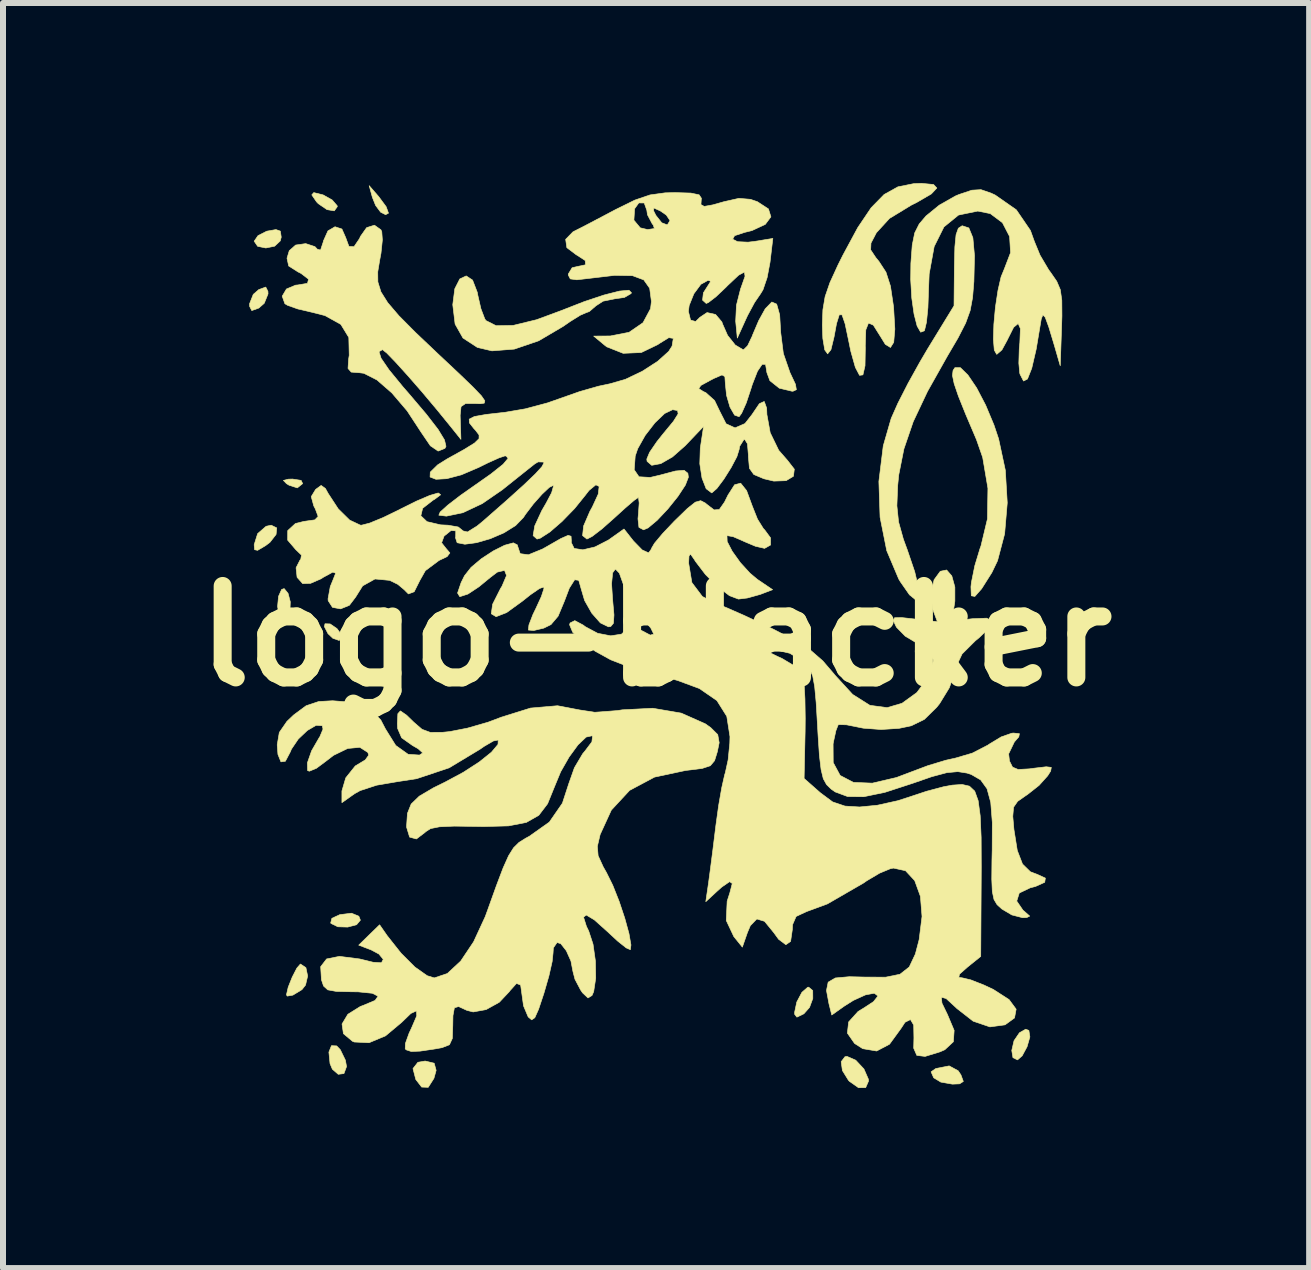
<source format=kicad_pcb>
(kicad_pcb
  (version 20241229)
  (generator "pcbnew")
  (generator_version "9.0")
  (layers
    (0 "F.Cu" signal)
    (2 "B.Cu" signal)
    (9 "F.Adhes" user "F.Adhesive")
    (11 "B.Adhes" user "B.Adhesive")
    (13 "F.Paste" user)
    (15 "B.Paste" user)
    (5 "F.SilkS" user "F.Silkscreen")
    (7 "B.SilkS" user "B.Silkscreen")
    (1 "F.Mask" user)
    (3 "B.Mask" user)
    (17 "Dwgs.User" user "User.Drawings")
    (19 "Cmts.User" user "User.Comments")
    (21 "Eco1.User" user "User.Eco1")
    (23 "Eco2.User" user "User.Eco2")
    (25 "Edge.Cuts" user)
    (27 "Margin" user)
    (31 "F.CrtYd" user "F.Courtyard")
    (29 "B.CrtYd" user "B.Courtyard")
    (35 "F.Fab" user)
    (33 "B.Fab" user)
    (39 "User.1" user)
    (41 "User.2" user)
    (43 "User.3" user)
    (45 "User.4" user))
  (footprint "logo-blacker"
    (layer "F.Cu")
    (at 7.881 7.548)
    (property "Reference" "logo-blacker" (at 0 0 0) (layer "F.SilkS") (effects (font (size 1.524 1.524) (thickness 0.3))))
    (attr through_hole)
    (fp_poly (pts (xy -5.914 -2.594) (xy -5.888 -2.54) (xy -5.977 -2.469) (xy -6.114 -2.513) (xy -6.158 -2.54) (xy -6.209 -2.593) (xy -6.127 -2.614) (xy -6.057 -2.616) (xy -5.914 -2.594)) (stroke (width 0.01) (type solid)) (fill yes) (layer "F.SilkS"))
    (fp_poly (pts (xy -4.622 -7.323) (xy -4.497 -7.154) (xy -4.458 -7.046) (xy -4.506 -7.021) (xy -4.589 -7.063) (xy -4.673 -7.176) (xy -4.727 -7.312) (xy -4.78 -7.505) (xy -4.622 -7.323)) (stroke (width 0.01) (type solid)) (fill yes) (layer "F.SilkS"))
    (fp_poly (pts (xy -5.43 -0.202) (xy -5.317 -0.125) (xy -5.24 -0.022) (xy -5.234 0.009) (xy -5.279 0.074) (xy -5.385 0.037) (xy -5.466 -0.04) (xy -5.526 -0.157) (xy -5.516 -0.205) (xy -5.43 -0.202)) (stroke (width 0.01) (type solid)) (fill yes) (layer "F.SilkS"))
    (fp_poly (pts (xy -3.697 7.117) (xy -3.664 7.236) (xy -3.701 7.37) (xy -3.796 7.519) (xy -3.905 7.515) (xy -4.003 7.388) (xy -4.05 7.207) (xy -3.968 7.102) (xy -3.848 7.081) (xy -3.697 7.117)) (stroke (width 0.01) (type solid)) (fill yes) (layer "F.SilkS"))
    (fp_poly (pts (xy -6.467 -5.744) (xy -6.465 -5.701) (xy -6.528 -5.545) (xy -6.619 -5.465) (xy -6.736 -5.423) (xy -6.772 -5.494) (xy -6.773 -5.536) (xy -6.711 -5.693) (xy -6.619 -5.773) (xy -6.503 -5.815) (xy -6.467 -5.744)) (stroke (width 0.01) (type solid)) (fill yes) (layer "F.SilkS"))
    (fp_poly (pts (xy -6.32 -1.802) (xy -6.331 -1.693) (xy -6.433 -1.562) (xy -6.504 -1.508) (xy -6.639 -1.428) (xy -6.689 -1.439) (xy -6.696 -1.522) (xy -6.638 -1.707) (xy -6.497 -1.829) (xy -6.412 -1.847) (xy -6.32 -1.802)) (stroke (width 0.01) (type solid)) (fill yes) (layer "F.SilkS"))
    (fp_poly (pts (xy -6.26 -6.747) (xy -6.245 -6.647) (xy -6.261 -6.584) (xy -6.355 -6.496) (xy -6.502 -6.466) (xy -6.638 -6.494) (xy -6.696 -6.579) (xy -6.632 -6.672) (xy -6.486 -6.746) (xy -6.333 -6.773) (xy -6.26 -6.747)) (stroke (width 0.01) (type solid)) (fill yes) (layer "F.SilkS"))
    (fp_poly (pts (xy -6.131 -0.711) (xy -6.094 -0.57) (xy -6.101 -0.398) (xy -6.152 -0.281) (xy -6.221 -0.255) (xy -6.277 -0.328) (xy -6.306 -0.493) (xy -6.29 -0.662) (xy -6.239 -0.776) (xy -6.196 -0.791) (xy -6.131 -0.711)) (stroke (width 0.01) (type solid)) (fill yes) (layer "F.SilkS"))
    (fp_poly (pts (xy -5.548 -7.351) (xy -5.395 -7.265) (xy -5.313 -7.17) (xy -5.311 -7.155) (xy -5.361 -7.085) (xy -5.482 -7.105) (xy -5.627 -7.204) (xy -5.657 -7.235) (xy -5.736 -7.351) (xy -5.703 -7.389) (xy -5.548 -7.351)) (stroke (width 0.01) (type solid)) (fill yes) (layer "F.SilkS"))
    (fp_poly (pts (xy -5.321 6.829) (xy -5.261 6.892) (xy -5.176 7.067) (xy -5.157 7.173) (xy -5.2 7.29) (xy -5.295 7.302) (xy -5.393 7.217) (xy -5.432 7.124) (xy -5.451 6.932) (xy -5.408 6.825) (xy -5.321 6.829)) (stroke (width 0.01) (type solid)) (fill yes) (layer "F.SilkS"))
    (fp_poly (pts (xy -4.952 4.668) (xy -4.926 4.734) (xy -4.99 4.81) (xy -5.138 4.849) (xy -5.302 4.844) (xy -5.416 4.788) (xy -5.421 4.78) (xy -5.401 4.703) (xy -5.269 4.642) (xy -5.074 4.618) (xy -4.952 4.668)) (stroke (width 0.01) (type solid)) (fill yes) (layer "F.SilkS"))
    (fp_poly (pts (xy 5.034 7.243) (xy 5.08 7.312) (xy 5.12 7.421) (xy 5.058 7.461) (xy 4.938 7.466) (xy 4.745 7.432) (xy 4.626 7.36) (xy 4.583 7.261) (xy 4.661 7.206) (xy 4.884 7.162) (xy 5.034 7.243)) (stroke (width 0.01) (type solid)) (fill yes) (layer "F.SilkS"))
    (fp_poly (pts (xy 6.212 6.571) (xy 6.229 6.679) (xy 6.182 6.843) (xy 6.1 6.995) (xy 6.023 7.062) (xy 5.947 7.025) (xy 5.927 6.905) (xy 5.965 6.742) (xy 6.055 6.61) (xy 6.159 6.551) (xy 6.212 6.571)) (stroke (width 0.01) (type solid)) (fill yes) (layer "F.SilkS"))
    (fp_poly (pts (xy 2.611 5.907) (xy 2.612 6.039) (xy 2.557 6.188) (xy 2.463 6.294) (xy 2.347 6.35) (xy 2.31 6.303) (xy 2.309 6.269) (xy 2.345 6.098) (xy 2.43 5.937) (xy 2.527 5.852) (xy 2.543 5.85) (xy 2.611 5.907)) (stroke (width 0.01) (type solid)) (fill yes) (layer "F.SilkS"))
    (fp_poly (pts (xy -5.834 5.525) (xy -5.805 5.664) (xy -5.84 5.815) (xy -5.9 5.891) (xy -6.051 5.983) (xy -6.145 5.999) (xy -6.158 5.977) (xy -6.129 5.851) (xy -6.062 5.683) (xy -5.985 5.533) (xy -5.926 5.465) (xy -5.924 5.465) (xy -5.834 5.525)) (stroke (width 0.01) (type solid)) (fill yes) (layer "F.SilkS"))
    (fp_poly (pts (xy 3.327 7.067) (xy 3.464 7.214) (xy 3.538 7.383) (xy 3.541 7.414) (xy 3.493 7.524) (xy 3.374 7.526) (xy 3.224 7.421) (xy 3.206 7.402) (xy 3.105 7.239) (xy 3.085 7.092) (xy 3.148 7.009) (xy 3.182 7.004) (xy 3.327 7.067)) (stroke (width 0.01) (type solid)) (fill yes) (layer "F.SilkS"))
    (fp_poly (pts (xy 5.071 -4.472) (xy 5.196 -4.35) (xy 5.342 -4.134) (xy 5.492 -3.847) (xy 5.631 -3.515) (xy 5.708 -3.285) (xy 5.82 -2.762) (xy 5.852 -2.22) (xy 5.808 -1.703) (xy 5.69 -1.255) (xy 5.595 -1.057) (xy 5.425 -0.788) (xy 5.312 -0.66) (xy 5.253 -0.671) (xy 5.247 -0.821) (xy 5.255 -0.894) (xy 5.311 -1.171) (xy 5.399 -1.461) (xy 5.414 -1.501) (xy 5.522 -1.952) (xy 5.53 -2.462) (xy 5.443 -2.975) (xy 5.34 -3.271) (xy 5.16 -3.694) (xy 5.038 -3.998) (xy 4.967 -4.207) (xy 4.939 -4.342) (xy 4.949 -4.426) (xy 4.98 -4.472) (xy 5.071 -4.472)) (stroke (width 0.01) (type solid)) (fill yes) (layer "F.SilkS"))
    (fp_poly (pts (xy -3.057 -5.931) (xy -2.979 -5.729) (xy -2.97 -5.68) (xy -2.918 -5.454) (xy -2.854 -5.286) (xy -2.835 -5.257) (xy -2.665 -5.171) (xy -2.38 -5.176) (xy -1.99 -5.271) (xy -1.587 -5.42) (xy -1.198 -5.572) (xy -0.865 -5.683) (xy -0.609 -5.748) (xy -0.451 -5.762) (xy -0.41 -5.721) (xy -0.417 -5.706) (xy -0.527 -5.642) (xy -0.688 -5.619) (xy -0.882 -5.58) (xy -1.001 -5.503) (xy -1.112 -5.407) (xy -1.165 -5.388) (xy -1.262 -5.346) (xy -1.434 -5.239) (xy -1.546 -5.161) (xy -1.955 -4.92) (xy -2.362 -4.781) (xy -2.734 -4.752) (xy -2.977 -4.809) (xy -3.217 -4.966) (xy -3.348 -5.198) (xy -3.387 -5.521) (xy -3.353 -5.787) (xy -3.27 -5.95) (xy -3.163 -6.001) (xy -3.057 -5.931)) (stroke (width 0.01) (type solid)) (fill yes) (layer "F.SilkS"))
    (fp_poly (pts (xy 5.212 -6.8) (xy 5.279 -6.637) (xy 5.306 -6.338) (xy 5.296 -5.907) (xy 5.274 -5.639) (xy 5.234 -5.424) (xy 5.159 -5.216) (xy 5.032 -4.968) (xy 4.853 -4.663) (xy 4.523 -4.076) (xy 4.285 -3.572) (xy 4.13 -3.119) (xy 4.044 -2.686) (xy 4.026 -2.505) (xy 4.013 -2.171) (xy 4.041 -1.901) (xy 4.121 -1.614) (xy 4.187 -1.434) (xy 4.31 -1.072) (xy 4.372 -0.807) (xy 4.376 -0.647) (xy 4.325 -0.604) (xy 4.223 -0.687) (xy 4.071 -0.905) (xy 4.044 -0.95) (xy 3.844 -1.423) (xy 3.733 -1.979) (xy 3.713 -2.576) (xy 3.786 -3.169) (xy 3.918 -3.626) (xy 4.03 -3.879) (xy 4.199 -4.21) (xy 4.398 -4.568) (xy 4.523 -4.781) (xy 4.965 -5.503) (xy 4.971 -6.158) (xy 4.979 -6.485) (xy 4.999 -6.688) (xy 5.037 -6.795) (xy 5.098 -6.835) (xy 5.103 -6.836) (xy 5.212 -6.8)) (stroke (width 0.01) (type solid)) (fill yes) (layer "F.SilkS"))
    (fp_poly (pts (xy 4.624 -7.524) (xy 4.679 -7.465) (xy 4.587 -7.367) (xy 4.347 -7.227) (xy 4.253 -7.18) (xy 3.89 -6.959) (xy 3.672 -6.721) (xy 3.669 -6.716) (xy 3.581 -6.547) (xy 3.576 -6.435) (xy 3.661 -6.307) (xy 3.715 -6.241) (xy 3.831 -6.063) (xy 3.906 -5.83) (xy 3.956 -5.495) (xy 3.959 -5.462) (xy 3.979 -5.115) (xy 3.96 -4.894) (xy 3.906 -4.808) (xy 3.82 -4.861) (xy 3.738 -4.994) (xy 3.621 -5.18) (xy 3.54 -5.216) (xy 3.495 -5.102) (xy 3.486 -4.839) (xy 3.487 -4.8) (xy 3.482 -4.503) (xy 3.447 -4.352) (xy 3.391 -4.344) (xy 3.321 -4.477) (xy 3.245 -4.746) (xy 3.213 -4.903) (xy 3.15 -5.203) (xy 3.099 -5.352) (xy 3.053 -5.353) (xy 3.007 -5.206) (xy 2.966 -4.984) (xy 2.914 -4.771) (xy 2.859 -4.702) (xy 2.811 -4.768) (xy 2.779 -4.96) (xy 2.771 -5.182) (xy 2.78 -5.436) (xy 2.817 -5.655) (xy 2.897 -5.888) (xy 3.033 -6.185) (xy 3.113 -6.345) (xy 3.361 -6.805) (xy 3.584 -7.136) (xy 3.8 -7.357) (xy 4.03 -7.485) (xy 4.293 -7.538) (xy 4.422 -7.543) (xy 4.624 -7.524)) (stroke (width 0.01) (type solid)) (fill yes) (layer "F.SilkS"))
    (fp_poly (pts (xy 5.58 -7.381) (xy 5.651 -7.348) (xy 6.003 -7.102) (xy 6.238 -6.758) (xy 6.303 -6.577) (xy 6.398 -6.346) (xy 6.543 -6.101) (xy 6.577 -6.055) (xy 6.677 -5.91) (xy 6.736 -5.771) (xy 6.761 -5.594) (xy 6.763 -5.333) (xy 6.757 -5.145) (xy 6.735 -4.503) (xy 6.635 -4.849) (xy 6.545 -5.147) (xy 6.485 -5.31) (xy 6.446 -5.351) (xy 6.419 -5.286) (xy 6.41 -5.234) (xy 6.334 -4.78) (xy 6.26 -4.462) (xy 6.189 -4.283) (xy 6.123 -4.249) (xy 6.065 -4.363) (xy 6.06 -4.381) (xy 6.045 -4.546) (xy 6.052 -4.786) (xy 6.062 -4.893) (xy 6.071 -5.123) (xy 6.034 -5.207) (xy 5.958 -5.144) (xy 5.852 -4.933) (xy 5.85 -4.928) (xy 5.763 -4.768) (xy 5.68 -4.696) (xy 5.675 -4.695) (xy 5.636 -4.764) (xy 5.621 -4.944) (xy 5.629 -5.196) (xy 5.655 -5.48) (xy 5.697 -5.757) (xy 5.749 -5.985) (xy 5.804 -6.119) (xy 5.907 -6.388) (xy 5.891 -6.657) (xy 5.772 -6.887) (xy 5.569 -7.039) (xy 5.361 -7.081) (xy 5.04 -7.015) (xy 4.797 -6.817) (xy 4.634 -6.49) (xy 4.551 -6.035) (xy 4.54 -5.761) (xy 4.53 -5.469) (xy 4.506 -5.229) (xy 4.473 -5.091) (xy 4.47 -5.086) (xy 4.409 -5.063) (xy 4.35 -5.166) (xy 4.299 -5.365) (xy 4.261 -5.633) (xy 4.243 -5.94) (xy 4.246 -6.209) (xy 4.269 -6.515) (xy 4.31 -6.717) (xy 4.385 -6.866) (xy 4.498 -6.999) (xy 4.72 -7.18) (xy 4.988 -7.332) (xy 5.047 -7.357) (xy 5.262 -7.429) (xy 5.414 -7.438) (xy 5.58 -7.381)) (stroke (width 0.01) (type solid)) (fill yes) (layer "F.SilkS"))
    (fp_poly (pts (xy -4.585 -6.77) (xy -4.57 -6.738) (xy -4.56 -6.6) (xy -4.583 -6.378) (xy -4.605 -6.261) (xy -4.637 -6.068) (xy -4.635 -5.9) (xy -4.584 -5.735) (xy -4.471 -5.555) (xy -4.284 -5.336) (xy -4.009 -5.059) (xy -3.633 -4.702) (xy -3.602 -4.673) (xy -3.274 -4.365) (xy -3.048 -4.147) (xy -2.911 -4.004) (xy -2.853 -3.92) (xy -2.862 -3.881) (xy -2.927 -3.871) (xy -3.002 -3.874) (xy -3.175 -3.874) (xy -3.249 -3.823) (xy -3.264 -3.678) (xy -3.261 -3.582) (xy -3.251 -3.277) (xy -3.402 -3.466) (xy -3.647 -3.767) (xy -3.898 -4.066) (xy -4.136 -4.339) (xy -4.339 -4.563) (xy -4.487 -4.716) (xy -4.558 -4.772) (xy -4.559 -4.772) (xy -4.616 -4.738) (xy -4.582 -4.63) (xy -4.45 -4.437) (xy -4.215 -4.15) (xy -4.125 -4.047) (xy -3.828 -3.697) (xy -3.631 -3.442) (xy -3.525 -3.268) (xy -3.5 -3.161) (xy -3.518 -3.127) (xy -3.631 -3.082) (xy -3.76 -3.17) (xy -3.915 -3.398) (xy -4.147 -3.752) (xy -4.401 -4.05) (xy -4.65 -4.267) (xy -4.868 -4.378) (xy -4.937 -4.387) (xy -5.079 -4.398) (xy -5.132 -4.459) (xy -5.122 -4.615) (xy -5.112 -4.678) (xy -5.119 -4.975) (xy -5.252 -5.193) (xy -5.517 -5.34) (xy -5.733 -5.395) (xy -5.968 -5.45) (xy -6.138 -5.51) (xy -6.184 -5.537) (xy -6.229 -5.663) (xy -6.158 -5.783) (xy -6.005 -5.847) (xy -5.968 -5.85) (xy -5.808 -5.877) (xy -5.79 -5.946) (xy -5.915 -6.042) (xy -5.965 -6.067) (xy -6.121 -6.166) (xy -6.149 -6.295) (xy -6.111 -6.421) (xy -6.005 -6.515) (xy -5.837 -6.539) (xy -5.684 -6.489) (xy -5.644 -6.446) (xy -5.59 -6.431) (xy -5.545 -6.567) (xy -5.543 -6.581) (xy -5.467 -6.751) (xy -5.349 -6.82) (xy -5.234 -6.782) (xy -5.171 -6.639) (xy -5.117 -6.492) (xy -5.032 -6.488) (xy -4.939 -6.625) (xy -4.926 -6.658) (xy -4.822 -6.805) (xy -4.692 -6.846) (xy -4.585 -6.77)) (stroke (width 0.01) (type solid)) (fill yes) (layer "F.SilkS"))
    (fp_poly (pts (xy -5.022 1.107) (xy -4.765 1.209) (xy -4.586 1.399) (xy -4.509 1.547) (xy -4.337 1.823) (xy -4.131 1.97) (xy -3.941 1.983) (xy -3.887 1.947) (xy -3.963 1.878) (xy -4.06 1.822) (xy -4.239 1.695) (xy -4.306 1.539) (xy -4.31 1.46) (xy -4.302 1.294) (xy -4.26 1.247) (xy -4.157 1.318) (xy -4.038 1.434) (xy -3.899 1.554) (xy -3.761 1.605) (xy -3.56 1.604) (xy -3.438 1.592) (xy -3.141 1.534) (xy -2.798 1.435) (xy -2.578 1.352) (xy -2.092 1.2) (xy -1.641 1.161) (xy -1.269 1.232) (xy -1.02 1.27) (xy -0.645 1.242) (xy -0.562 1.229) (xy -0.055 1.203) (xy 0.42 1.284) (xy 0.821 1.462) (xy 0.91 1.525) (xy 1.028 1.642) (xy 1.052 1.777) (xy 1.021 1.929) (xy 0.975 2.077) (xy 0.904 2.161) (xy 0.768 2.206) (xy 0.524 2.236) (xy 0.496 2.239) (xy -0.025 2.35) (xy -0.44 2.571) (xy -0.745 2.9) (xy -0.932 3.308) (xy -0.978 3.504) (xy -0.965 3.66) (xy -0.88 3.846) (xy -0.826 3.941) (xy -0.721 4.153) (xy -0.615 4.42) (xy -0.521 4.702) (xy -0.451 4.957) (xy -0.418 5.147) (xy -0.428 5.226) (xy -0.497 5.196) (xy -0.641 5.081) (xy -0.808 4.926) (xy -1.028 4.729) (xy -1.163 4.648) (xy -1.208 4.684) (xy -1.16 4.837) (xy -1.122 4.915) (xy -1.05 5.134) (xy -1.01 5.416) (xy -1.005 5.7) (xy -1.039 5.924) (xy -1.067 5.989) (xy -1.134 6.03) (xy -1.225 5.944) (xy -1.258 5.895) (xy -1.351 5.718) (xy -1.385 5.587) (xy -1.418 5.415) (xy -1.495 5.243) (xy -1.587 5.126) (xy -1.649 5.106) (xy -1.711 5.196) (xy -1.716 5.281) (xy -1.731 5.424) (xy -1.785 5.663) (xy -1.866 5.944) (xy -1.868 5.951) (xy -1.957 6.218) (xy -2.02 6.359) (xy -2.072 6.395) (xy -2.127 6.349) (xy -2.133 6.34) (xy -2.208 6.161) (xy -2.232 5.989) (xy -2.256 5.815) (xy -2.325 5.788) (xy -2.434 5.909) (xy -2.444 5.924) (xy -2.612 6.102) (xy -2.832 6.224) (xy -3.047 6.263) (xy -3.151 6.237) (xy -3.29 6.173) (xy -3.36 6.194) (xy -3.384 6.325) (xy -3.387 6.494) (xy -3.394 6.704) (xy -3.442 6.809) (xy -3.565 6.858) (xy -3.675 6.878) (xy -3.931 6.916) (xy -4.078 6.922) (xy -4.157 6.897) (xy -4.179 6.879) (xy -4.176 6.788) (xy -4.114 6.615) (xy -4.075 6.533) (xy -3.987 6.328) (xy -3.992 6.245) (xy -4.085 6.288) (xy -4.239 6.437) (xy -4.508 6.662) (xy -4.782 6.776) (xy -5.028 6.764) (xy -5.056 6.753) (xy -5.209 6.625) (xy -5.232 6.464) (xy -5.135 6.302) (xy -4.927 6.172) (xy -4.881 6.155) (xy -4.681 6.071) (xy -4.632 6.001) (xy -4.727 5.952) (xy -4.965 5.928) (xy -5.072 5.927) (xy -5.327 5.921) (xy -5.47 5.895) (xy -5.54 5.831) (xy -5.575 5.727) (xy -5.588 5.509) (xy -5.489 5.38) (xy -5.275 5.337) (xy -4.939 5.38) (xy -4.714 5.435) (xy -4.575 5.444) (xy -4.545 5.386) (xy -4.618 5.298) (xy -4.747 5.229) (xy -4.954 5.15) (xy -4.78 4.98) (xy -4.606 4.811) (xy -4.478 4.995) (xy -4.249 5.284) (xy -4.018 5.515) (xy -3.814 5.659) (xy -3.695 5.696) (xy -3.478 5.623) (xy -3.255 5.416) (xy -3.04 5.095) (xy -2.847 4.678) (xy -2.811 4.58) (xy -2.661 4.162) (xy -2.548 3.864) (xy -2.457 3.661) (xy -2.374 3.528) (xy -2.284 3.439) (xy -2.174 3.37) (xy -2.111 3.336) (xy -1.778 3.1) (xy -1.56 2.785) (xy -1.453 2.457) (xy -1.36 2.194) (xy -1.222 1.961) (xy -1.182 1.913) (xy -1.069 1.763) (xy -1.058 1.669) (xy -1.067 1.662) (xy -1.164 1.683) (xy -1.3 1.812) (xy -1.449 2.016) (xy -1.589 2.261) (xy -1.693 2.513) (xy -1.807 2.794) (xy -1.954 2.987) (xy -2.161 3.105) (xy -2.458 3.163) (xy -2.871 3.174) (xy -2.995 3.172) (xy -3.363 3.167) (xy -3.608 3.178) (xy -3.757 3.208) (xy -3.841 3.262) (xy -3.846 3.269) (xy -3.993 3.381) (xy -4.106 3.35) (xy -4.156 3.186) (xy -4.156 3.162) (xy -4.142 2.954) (xy -4.08 2.799) (xy -3.945 2.668) (xy -3.709 2.529) (xy -3.514 2.433) (xy -3.209 2.269) (xy -2.944 2.097) (xy -2.743 1.936) (xy -2.633 1.805) (xy -2.63 1.732) (xy -2.71 1.748) (xy -2.863 1.837) (xy -2.932 1.885) (xy -3.448 2.196) (xy -3.987 2.376) (xy -4.31 2.426) (xy -4.655 2.485) (xy -4.93 2.575) (xy -5.022 2.626) (xy -5.234 2.776) (xy -5.234 2.581) (xy -5.17 2.363) (xy -5.012 2.165) (xy -4.845 2.064) (xy -4.787 1.984) (xy -4.802 1.939) (xy -4.935 1.854) (xy -5.138 1.873) (xy -5.373 1.987) (xy -5.495 2.081) (xy -5.66 2.204) (xy -5.777 2.252) (xy -5.806 2.241) (xy -5.809 2.112) (xy -5.739 1.912) (xy -5.612 1.692) (xy -5.602 1.678) (xy -5.549 1.551) (xy -5.561 1.494) (xy -5.663 1.487) (xy -5.81 1.573) (xy -5.961 1.716) (xy -6.075 1.884) (xy -6.094 1.93) (xy -6.176 2.086) (xy -6.25 2.096) (xy -6.3 1.972) (xy -6.312 1.812) (xy -6.277 1.606) (xy -6.15 1.422) (xy -6.039 1.316) (xy -5.83 1.161) (xy -5.621 1.091) (xy -5.389 1.078) (xy -5.022 1.107)) (stroke (width 0.01) (type solid)) (fill yes) (layer "F.SilkS"))
    (fp_poly (pts (xy 0.58 -7.381) (xy 0.718 -7.352) (xy 0.756 -7.294) (xy 0.754 -7.279) (xy 0.748 -7.189) (xy 0.803 -7.159) (xy 0.948 -7.185) (xy 1.131 -7.237) (xy 1.38 -7.293) (xy 1.573 -7.277) (xy 1.689 -7.237) (xy 1.873 -7.117) (xy 1.914 -6.985) (xy 1.82 -6.859) (xy 1.598 -6.756) (xy 1.476 -6.726) (xy 1.309 -6.671) (xy 1.277 -6.613) (xy 1.358 -6.571) (xy 1.533 -6.563) (xy 1.637 -6.575) (xy 1.946 -6.625) (xy 1.899 -6.227) (xy 1.851 -5.973) (xy 1.782 -5.77) (xy 1.742 -5.704) (xy 1.641 -5.557) (xy 1.525 -5.341) (xy 1.493 -5.272) (xy 1.354 -4.965) (xy 1.327 -5.246) (xy 1.34 -5.514) (xy 1.409 -5.786) (xy 1.416 -5.804) (xy 1.483 -5.995) (xy 1.472 -6.065) (xy 1.376 -6.013) (xy 1.191 -5.839) (xy 1.163 -5.81) (xy 0.998 -5.654) (xy 0.872 -5.557) (xy 0.836 -5.542) (xy 0.775 -5.597) (xy 0.789 -5.719) (xy 0.862 -5.834) (xy 0.912 -5.912) (xy 0.866 -5.927) (xy 0.747 -5.861) (xy 0.63 -5.703) (xy 0.552 -5.509) (xy 0.539 -5.409) (xy 0.575 -5.265) (xy 0.66 -5.241) (xy 0.731 -5.311) (xy 0.85 -5.39) (xy 0.992 -5.358) (xy 1.097 -5.234) (xy 1.108 -5.201) (xy 1.192 -5.01) (xy 1.32 -4.849) (xy 1.448 -4.773) (xy 1.46 -4.772) (xy 1.526 -4.837) (xy 1.602 -4.996) (xy 1.61 -5.019) (xy 1.711 -5.256) (xy 1.819 -5.452) (xy 1.929 -5.566) (xy 2.01 -5.531) (xy 2.06 -5.353) (xy 2.077 -5.058) (xy 2.121 -4.709) (xy 2.232 -4.388) (xy 2.234 -4.384) (xy 2.323 -4.195) (xy 2.338 -4.105) (xy 2.284 -4.08) (xy 2.267 -4.079) (xy 2.054 -4.13) (xy 1.897 -4.255) (xy 1.847 -4.39) (xy 1.825 -4.526) (xy 1.769 -4.529) (xy 1.69 -4.413) (xy 1.603 -4.19) (xy 1.582 -4.122) (xy 1.503 -3.884) (xy 1.426 -3.712) (xy 1.384 -3.655) (xy 1.309 -3.681) (xy 1.232 -3.815) (xy 1.175 -4.01) (xy 1.155 -4.202) (xy 1.147 -4.323) (xy 1.099 -4.351) (xy 0.967 -4.294) (xy 0.905 -4.262) (xy 0.746 -4.175) (xy 0.712 -4.123) (xy 0.79 -4.073) (xy 0.829 -4.056) (xy 0.975 -3.925) (xy 1.064 -3.74) (xy 1.167 -3.537) (xy 1.317 -3.469) (xy 1.482 -3.541) (xy 1.598 -3.689) (xy 1.722 -3.872) (xy 1.803 -3.909) (xy 1.843 -3.798) (xy 1.847 -3.691) (xy 1.902 -3.388) (xy 2.044 -3.095) (xy 2.189 -2.929) (xy 2.304 -2.781) (xy 2.289 -2.662) (xy 2.167 -2.589) (xy 1.962 -2.582) (xy 1.797 -2.621) (xy 1.629 -2.692) (xy 1.556 -2.795) (xy 1.539 -2.987) (xy 1.539 -3.012) (xy 1.523 -3.204) (xy 1.478 -3.276) (xy 1.462 -3.271) (xy 1.392 -3.16) (xy 1.385 -3.111) (xy 1.347 -2.989) (xy 1.251 -2.807) (xy 1.13 -2.614) (xy 1.013 -2.458) (xy 0.931 -2.387) (xy 0.926 -2.386) (xy 0.835 -2.455) (xy 0.766 -2.632) (xy 0.729 -2.871) (xy 0.737 -3.126) (xy 0.739 -3.143) (xy 0.792 -3.493) (xy 0.485 -3.171) (xy 0.274 -2.985) (xy 0.079 -2.873) (xy -0.072 -2.845) (xy -0.149 -2.911) (xy -0.154 -2.949) (xy -0.107 -3.062) (xy 0.014 -3.239) (xy 0.115 -3.366) (xy 0.29 -3.578) (xy 0.368 -3.702) (xy 0.359 -3.758) (xy 0.277 -3.772) (xy 0.144 -3.709) (xy -0.02 -3.552) (xy -0.182 -3.342) (xy -0.305 -3.123) (xy -0.347 -3) (xy -0.364 -2.771) (xy -0.284 -2.654) (xy -0.097 -2.643) (xy 0.064 -2.681) (xy 0.323 -2.75) (xy 0.468 -2.762) (xy 0.53 -2.713) (xy 0.539 -2.647) (xy 0.489 -2.516) (xy 0.364 -2.326) (xy 0.196 -2.117) (xy 0.019 -1.929) (xy -0.133 -1.802) (xy -0.208 -1.77) (xy -0.285 -1.811) (xy -0.301 -1.954) (xy -0.293 -2.04) (xy -0.281 -2.217) (xy -0.292 -2.307) (xy -0.296 -2.309) (xy -0.365 -2.261) (xy -0.513 -2.134) (xy -0.701 -1.963) (xy -0.902 -1.785) (xy -1.065 -1.66) (xy -1.151 -1.616) (xy -1.224 -1.674) (xy -1.207 -1.834) (xy -1.102 -2.078) (xy -1.06 -2.154) (xy -0.963 -2.365) (xy -0.948 -2.493) (xy -1.003 -2.52) (xy -1.117 -2.426) (xy -1.178 -2.347) (xy -1.357 -2.125) (xy -1.566 -1.91) (xy -1.769 -1.734) (xy -1.929 -1.631) (xy -1.983 -1.616) (xy -2.048 -1.674) (xy -2.021 -1.836) (xy -1.904 -2.089) (xy -1.83 -2.217) (xy -1.74 -2.388) (xy -1.709 -2.497) (xy -1.713 -2.509) (xy -1.778 -2.478) (xy -1.9 -2.363) (xy -2.044 -2.201) (xy -2.174 -2.03) (xy -2.211 -1.974) (xy -2.34 -1.841) (xy -2.534 -1.72) (xy -2.762 -1.622) (xy -2.99 -1.556) (xy -3.185 -1.53) (xy -3.314 -1.555) (xy -3.342 -1.64) (xy -3.338 -1.655) (xy -3.337 -1.753) (xy -3.416 -1.758) (xy -3.53 -1.667) (xy -3.532 -1.665) (xy -3.573 -1.554) (xy -3.499 -1.46) (xy -3.435 -1.385) (xy -3.481 -1.324) (xy -3.617 -1.259) (xy -3.844 -1.089) (xy -3.936 -0.926) (xy -4.03 -0.738) (xy -4.126 -0.702) (xy -4.198 -0.774) (xy -4.303 -0.862) (xy -4.438 -0.928) (xy -4.683 -0.951) (xy -4.889 -0.836) (xy -5.005 -0.65) (xy -5.11 -0.512) (xy -5.256 -0.453) (xy -5.391 -0.478) (xy -5.463 -0.589) (xy -5.465 -0.621) (xy -5.428 -0.824) (xy -5.385 -0.929) (xy -5.338 -1.048) (xy -5.386 -1.065) (xy -5.539 -0.982) (xy -5.582 -0.954) (xy -5.757 -0.878) (xy -5.888 -0.874) (xy -5.981 -0.979) (xy -5.998 -1.137) (xy -5.933 -1.265) (xy -5.921 -1.273) (xy -5.908 -1.349) (xy -6.002 -1.439) (xy -6.138 -1.598) (xy -6.137 -1.757) (xy -6.009 -1.875) (xy -5.869 -1.91) (xy -5.685 -1.936) (xy -5.63 -1.993) (xy -5.677 -2.119) (xy -5.703 -2.169) (xy -5.745 -2.323) (xy -5.672 -2.443) (xy -5.58 -2.51) (xy -5.509 -2.459) (xy -5.463 -2.376) (xy -5.295 -2.119) (xy -5.105 -1.932) (xy -4.929 -1.849) (xy -4.908 -1.847) (xy -4.772 -1.882) (xy -4.548 -1.974) (xy -4.282 -2.103) (xy -4.256 -2.117) (xy -3.992 -2.248) (xy -3.77 -2.343) (xy -3.633 -2.383) (xy -3.625 -2.383) (xy -3.589 -2.354) (xy -3.689 -2.279) (xy -3.714 -2.265) (xy -3.889 -2.129) (xy -3.919 -2.004) (xy -3.816 -1.906) (xy -3.589 -1.853) (xy -3.464 -1.847) (xy -3.295 -1.817) (xy -3.213 -1.751) (xy -3.141 -1.734) (xy -2.981 -1.834) (xy -2.88 -1.917) (xy -2.487 -2.262) (xy -2.201 -2.52) (xy -2.01 -2.703) (xy -1.903 -2.82) (xy -1.868 -2.885) (xy -1.873 -2.899) (xy -1.965 -2.902) (xy -2.019 -2.87) (xy -2.125 -2.786) (xy -2.312 -2.637) (xy -2.541 -2.454) (xy -2.558 -2.44) (xy -2.896 -2.207) (xy -3.219 -2.055) (xy -3.493 -1.998) (xy -3.619 -2.014) (xy -3.597 -2.066) (xy -3.469 -2.182) (xy -3.258 -2.344) (xy -3.086 -2.465) (xy -2.753 -2.699) (xy -2.548 -2.862) (xy -2.465 -2.961) (xy -2.498 -3) (xy -2.521 -3.001) (xy -2.616 -2.969) (xy -2.801 -2.886) (xy -2.957 -2.809) (xy -3.245 -2.686) (xy -3.488 -2.622) (xy -3.667 -2.612) (xy -3.765 -2.65) (xy -3.762 -2.731) (xy -3.639 -2.852) (xy -3.481 -2.951) (xy -3.195 -3.11) (xy -3.024 -3.216) (xy -2.949 -3.289) (xy -2.949 -3.351) (xy -3.006 -3.426) (xy -3.035 -3.457) (xy -3.109 -3.551) (xy -3.113 -3.614) (xy -3.027 -3.658) (xy -2.829 -3.693) (xy -2.51 -3.729) (xy -2.178 -3.786) (xy -1.808 -3.885) (xy -1.586 -3.963) (xy -1.274 -4.073) (xy -0.959 -4.163) (xy -0.77 -4.203) (xy -0.512 -4.277) (xy -0.231 -4.411) (xy 0.025 -4.576) (xy 0.21 -4.742) (xy 0.267 -4.831) (xy 0.288 -4.96) (xy 0.213 -4.972) (xy 0.046 -4.869) (xy 0.032 -4.858) (xy -0.246 -4.724) (xy -0.548 -4.711) (xy -0.821 -4.819) (xy -0.857 -4.847) (xy -1.039 -4.998) (xy -0.761 -5) (xy -0.45 -5.061) (xy -0.217 -5.221) (xy -0.091 -5.456) (xy -0.077 -5.576) (xy -0.106 -5.795) (xy -0.205 -5.935) (xy -0.393 -6.005) (xy -0.69 -6.01) (xy -1.097 -5.962) (xy -1.32 -5.936) (xy -1.429 -5.951) (xy -1.462 -6.015) (xy -1.462 -6.032) (xy -1.398 -6.137) (xy -1.308 -6.158) (xy -1.175 -6.186) (xy -1.18 -6.257) (xy -1.32 -6.348) (xy -1.327 -6.351) (xy -1.486 -6.471) (xy -1.506 -6.61) (xy -1.385 -6.734) (xy -1.367 -6.744) (xy -1.215 -6.821) (xy -1.009 -6.929) (xy -0.369 -6.929) (xy -0.263 -6.802) (xy -0.141 -6.773) (xy -0.027 -6.79) (xy -0.048 -6.852) (xy -0.062 -6.866) (xy -0.143 -7.02) (xy -0.152 -7.084) (xy -0.04 -7.084) (xy -0.003 -7.01) (xy 0.095 -6.886) (xy 0.188 -6.851) (xy 0.231 -6.92) (xy 0.231 -6.925) (xy 0.171 -7.015) (xy 0.071 -7.084) (xy -0.04 -7.134) (xy -0.04 -7.084) (xy -0.152 -7.084) (xy -0.154 -7.097) (xy -0.197 -7.216) (xy -0.287 -7.217) (xy -0.357 -7.12) (xy -0.369 -6.929) (xy -1.009 -6.929) (xy -0.976 -6.946) (xy -0.699 -7.093) (xy -0.668 -7.109) (xy -0.353 -7.264) (xy -0.101 -7.35) (xy 0.152 -7.385) (xy 0.317 -7.389) (xy 0.58 -7.381)) (stroke (width 0.01) (type solid)) (fill yes) (layer "F.SilkS"))
    (fp_poly (pts (xy 1.509 -2.423) (xy 1.604 -2.165) (xy 1.69 -1.949) (xy 1.788 -1.791) (xy 1.809 -1.77) (xy 1.908 -1.636) (xy 1.908 -1.517) (xy 1.81 -1.462) (xy 1.805 -1.462) (xy 1.657 -1.496) (xy 1.462 -1.578) (xy 1.451 -1.584) (xy 1.285 -1.656) (xy 1.187 -1.673) (xy 1.182 -1.67) (xy 1.185 -1.575) (xy 1.269 -1.413) (xy 1.405 -1.223) (xy 1.566 -1.047) (xy 1.689 -0.944) (xy 1.942 -0.773) (xy 1.736 -0.694) (xy 1.525 -0.635) (xy 1.373 -0.616) (xy 1.223 -0.673) (xy 1.027 -0.822) (xy 0.824 -1.025) (xy 0.654 -1.248) (xy 0.64 -1.272) (xy 0.573 -1.368) (xy 0.549 -1.333) (xy 0.543 -1.216) (xy 0.597 -0.891) (xy 0.772 -0.659) (xy 0.988 -0.546) (xy 1.181 -0.47) (xy 1.465 -0.345) (xy 1.791 -0.193) (xy 1.963 -0.11) (xy 2.321 0.076) (xy 2.578 0.239) (xy 2.778 0.413) (xy 2.964 0.63) (xy 2.976 0.646) (xy 3.276 0.973) (xy 3.563 1.154) (xy 3.85 1.193) (xy 4.099 1.12) (xy 4.346 0.941) (xy 4.531 0.693) (xy 4.616 0.431) (xy 4.618 0.393) (xy 4.551 0.242) (xy 4.355 0.123) (xy 4.152 0.002) (xy 4.008 -0.145) (xy 4 -0.159) (xy 3.953 -0.259) (xy 3.974 -0.305) (xy 4.092 -0.308) (xy 4.298 -0.285) (xy 4.688 -0.239) (xy 4.615 -0.433) (xy 4.576 -0.69) (xy 4.633 -0.938) (xy 4.736 -1.079) (xy 4.842 -1.101) (xy 4.928 -1.002) (xy 4.979 -0.817) (xy 4.979 -0.581) (xy 4.973 -0.538) (xy 4.927 -0.25) (xy 5.273 -0.289) (xy 5.508 -0.298) (xy 5.605 -0.253) (xy 5.565 -0.148) (xy 5.389 0.022) (xy 5.32 0.079) (xy 5.099 0.299) (xy 4.99 0.531) (xy 4.975 0.607) (xy 4.887 0.861) (xy 4.724 1.127) (xy 4.675 1.188) (xy 4.47 1.389) (xy 4.253 1.495) (xy 4.048 1.538) (xy 3.749 1.557) (xy 3.454 1.535) (xy 3.374 1.519) (xy 3.176 1.479) (xy 3.05 1.475) (xy 3.034 1.481) (xy 2.997 1.576) (xy 2.957 1.76) (xy 2.95 1.798) (xy 2.952 2.108) (xy 3.068 2.323) (xy 3.288 2.438) (xy 3.604 2.451) (xy 4.006 2.357) (xy 4.228 2.273) (xy 4.528 2.16) (xy 4.825 2.07) (xy 4.994 2.032) (xy 5.269 1.951) (xy 5.529 1.817) (xy 5.555 1.799) (xy 5.752 1.68) (xy 5.926 1.619) (xy 5.954 1.616) (xy 6.055 1.626) (xy 6.044 1.68) (xy 5.97 1.765) (xy 5.875 1.963) (xy 5.889 2.082) (xy 5.94 2.184) (xy 6.033 2.223) (xy 6.218 2.213) (xy 6.29 2.203) (xy 6.501 2.178) (xy 6.586 2.188) (xy 6.575 2.25) (xy 6.525 2.329) (xy 6.382 2.488) (xy 6.184 2.644) (xy 6.166 2.655) (xy 6.025 2.754) (xy 5.957 2.852) (xy 5.944 3.004) (xy 5.963 3.222) (xy 6.019 3.573) (xy 6.106 3.799) (xy 6.238 3.928) (xy 6.352 3.971) (xy 6.487 4.033) (xy 6.476 4.103) (xy 6.323 4.172) (xy 6.234 4.195) (xy 6.052 4.282) (xy 6.01 4.416) (xy 6.114 4.568) (xy 6.138 4.588) (xy 6.226 4.666) (xy 6.178 4.69) (xy 6.108 4.693) (xy 5.929 4.647) (xy 5.762 4.548) (xy 5.682 4.475) (xy 5.631 4.389) (xy 5.603 4.258) (xy 5.594 4.051) (xy 5.597 3.736) (xy 5.601 3.567) (xy 5.603 3.105) (xy 5.577 2.772) (xy 5.515 2.544) (xy 5.409 2.397) (xy 5.252 2.306) (xy 5.181 2.283) (xy 5.028 2.259) (xy 4.845 2.276) (xy 4.594 2.343) (xy 4.274 2.454) (xy 3.813 2.604) (xy 3.46 2.677) (xy 3.192 2.674) (xy 2.985 2.597) (xy 2.918 2.55) (xy 2.841 2.475) (xy 2.787 2.377) (xy 2.75 2.225) (xy 2.722 1.99) (xy 2.699 1.641) (xy 2.691 1.498) (xy 2.668 1.109) (xy 2.643 0.842) (xy 2.611 0.667) (xy 2.563 0.551) (xy 2.492 0.464) (xy 2.432 0.41) (xy 2.229 0.287) (xy 2.023 0.238) (xy 2.016 0.238) (xy 1.897 0.248) (xy 1.893 0.275) (xy 2.018 0.337) (xy 2.098 0.373) (xy 2.296 0.491) (xy 2.428 0.623) (xy 2.444 0.654) (xy 2.467 0.794) (xy 2.481 1.047) (xy 2.486 1.371) (xy 2.484 1.591) (xy 2.467 2.373) (xy 2.737 2.611) (xy 2.943 2.764) (xy 3.148 2.833) (xy 3.391 2.848) (xy 3.687 2.819) (xy 4.026 2.744) (xy 4.216 2.683) (xy 4.508 2.586) (xy 4.79 2.511) (xy 4.936 2.484) (xy 5.1 2.473) (xy 5.222 2.501) (xy 5.31 2.584) (xy 5.367 2.742) (xy 5.401 2.993) (xy 5.417 3.355) (xy 5.419 3.846) (xy 5.418 4.044) (xy 5.41 5.338) (xy 5.188 5.517) (xy 5.056 5.634) (xy 5.045 5.687) (xy 5.102 5.695) (xy 5.245 5.729) (xy 5.464 5.815) (xy 5.621 5.889) (xy 5.882 6.057) (xy 6 6.217) (xy 5.973 6.363) (xy 5.815 6.478) (xy 5.563 6.512) (xy 5.284 6.417) (xy 5.011 6.204) (xy 4.997 6.19) (xy 4.834 6.04) (xy 4.754 6.017) (xy 4.764 6.117) (xy 4.855 6.305) (xy 4.967 6.571) (xy 4.954 6.76) (xy 4.811 6.893) (xy 4.731 6.928) (xy 4.483 7.004) (xy 4.345 6.987) (xy 4.293 6.867) (xy 4.297 6.696) (xy 4.293 6.481) (xy 4.239 6.39) (xy 4.149 6.435) (xy 4.083 6.536) (xy 3.89 6.801) (xy 3.676 6.914) (xy 3.444 6.875) (xy 3.308 6.788) (xy 3.188 6.616) (xy 3.209 6.43) (xy 3.366 6.256) (xy 3.469 6.193) (xy 3.624 6.091) (xy 3.694 6.002) (xy 3.695 5.996) (xy 3.637 5.951) (xy 3.489 5.979) (xy 3.289 6.07) (xy 3.138 6.165) (xy 2.928 6.314) (xy 2.881 6.126) (xy 2.84 5.905) (xy 2.868 5.767) (xy 2.987 5.697) (xy 3.22 5.676) (xy 3.468 5.682) (xy 3.826 5.684) (xy 4.065 5.635) (xy 4.219 5.514) (xy 4.321 5.298) (xy 4.384 5.058) (xy 4.432 4.672) (xy 4.405 4.337) (xy 4.31 4.075) (xy 4.157 3.91) (xy 3.956 3.866) (xy 3.905 3.876) (xy 3.726 3.95) (xy 3.51 4.078) (xy 3.459 4.114) (xy 2.855 4.463) (xy 2.502 4.593) (xy 2.334 4.672) (xy 2.275 4.808) (xy 2.271 4.89) (xy 2.242 5.088) (xy 2.163 5.143) (xy 2.042 5.052) (xy 1.963 4.943) (xy 1.808 4.753) (xy 1.679 4.714) (xy 1.571 4.826) (xy 1.523 4.939) (xy 1.438 5.183) (xy 1.296 5.007) (xy 1.17 4.739) (xy 1.185 4.418) (xy 1.23 4.277) (xy 1.27 4.123) (xy 1.226 4.092) (xy 1.094 4.183) (xy 1.016 4.253) (xy 0.829 4.426) (xy 0.874 4.118) (xy 0.904 3.894) (xy 0.945 3.577) (xy 0.988 3.229) (xy 0.997 3.156) (xy 1.043 2.824) (xy 1.095 2.526) (xy 1.143 2.313) (xy 1.154 2.278) (xy 1.201 2.064) (xy 1.229 1.786) (xy 1.232 1.676) (xy 1.179 1.338) (xy 1.014 1.075) (xy 0.722 0.874) (xy 0.362 0.741) (xy 0.026 0.645) (xy -0.333 0.543) (xy -0.491 0.498) (xy -0.756 0.395) (xy -1.015 0.252) (xy -1.237 0.091) (xy -1.389 -0.064) (xy -1.441 -0.189) (xy -1.432 -0.218) (xy -1.353 -0.257) (xy -1.214 -0.183) (xy -1.177 -0.155) (xy -0.973 -0.046) (xy -0.755 -0.004) (xy -0.575 -0.032) (xy -0.491 -0.113) (xy -0.442 -0.181) (xy -0.349 -0.157) (xy -0.26 -0.102) (xy -0.096 -0.016) (xy -0.038 -0.032) (xy -0.088 -0.135) (xy -0.221 -0.286) (xy -0.393 -0.516) (xy -0.521 -0.789) (xy -0.536 -0.837) (xy -0.611 -1.048) (xy -0.677 -1.117) (xy -0.723 -1.054) (xy -0.741 -0.871) (xy -0.724 -0.609) (xy -0.701 -0.352) (xy -0.71 -0.213) (xy -0.755 -0.159) (xy -0.793 -0.154) (xy -0.927 -0.219) (xy -1.071 -0.382) (xy -1.19 -0.592) (xy -1.243 -0.771) (xy -1.288 -0.929) (xy -1.356 -0.938) (xy -1.445 -0.798) (xy -1.527 -0.582) (xy -1.632 -0.331) (xy -1.751 -0.191) (xy -1.871 -0.132) (xy -2.037 -0.093) (xy -2.127 -0.1) (xy -2.118 -0.185) (xy -2.052 -0.357) (xy -2.001 -0.462) (xy -1.911 -0.658) (xy -1.868 -0.79) (xy -1.87 -0.818) (xy -1.942 -0.792) (xy -2.092 -0.689) (xy -2.229 -0.58) (xy -2.49 -0.391) (xy -2.665 -0.323) (xy -2.745 -0.371) (xy -2.723 -0.53) (xy -2.591 -0.792) (xy -2.567 -0.83) (xy -2.491 -1.009) (xy -2.524 -1.094) (xy -2.644 -1.066) (xy -2.76 -0.978) (xy -2.951 -0.821) (xy -3.131 -0.702) (xy -3.137 -0.699) (xy -3.27 -0.656) (xy -3.307 -0.717) (xy -3.248 -0.89) (xy -3.192 -1.004) (xy -3.082 -1.144) (xy -2.911 -1.288) (xy -2.712 -1.418) (xy -2.523 -1.513) (xy -2.377 -1.553) (xy -2.31 -1.518) (xy -2.309 -1.507) (xy -2.264 -1.373) (xy -2.127 -1.354) (xy -1.892 -1.45) (xy -1.812 -1.495) (xy -1.587 -1.624) (xy -1.465 -1.678) (xy -1.416 -1.663) (xy -1.411 -1.584) (xy -1.413 -1.559) (xy -1.364 -1.46) (xy -1.219 -1.437) (xy -1.017 -1.485) (xy -0.793 -1.6) (xy -0.766 -1.619) (xy -0.534 -1.784) (xy -0.377 -1.585) (xy -0.231 -1.435) (xy -0.123 -1.386) (xy -0.077 -1.451) (xy -0.077 -1.459) (xy -0.026 -1.546) (xy 0.108 -1.706) (xy 0.297 -1.906) (xy 0.316 -1.925) (xy 0.523 -2.126) (xy 0.655 -2.231) (xy 0.744 -2.256) (xy 0.82 -2.217) (xy 0.842 -2.198) (xy 0.967 -2.102) (xy 1.054 -2.108) (xy 1.141 -2.232) (xy 1.199 -2.349) (xy 1.309 -2.521) (xy 1.41 -2.547) (xy 1.509 -2.423)) (stroke (width 0.01) (type solid)) (fill yes) (layer "F.SilkS")))
  (gr_rect
    (start -3 -3)
    (end 18.763 18.079)
    (stroke (width 0.1) (type default))
    (fill no)
    (layer "Edge.Cuts")))
</source>
